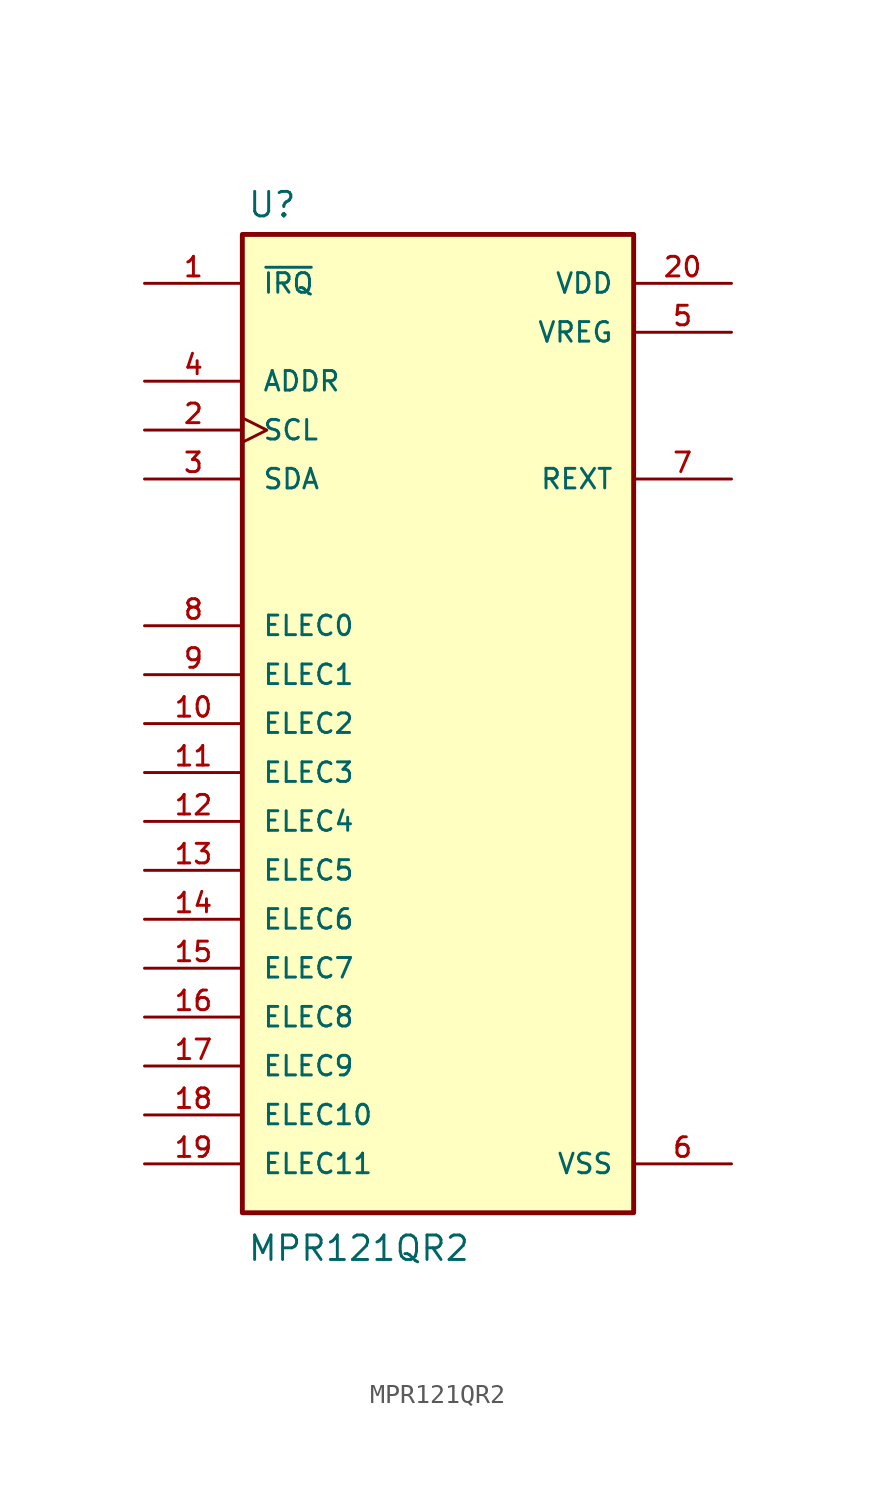
<source format=kicad_sym>
(kicad_symbol_lib
  (version 20220914)
  (generator kicad_symbol_editor)
  (symbol "MPR121QR2"
    (pin_names
      (offset 1.016))
    (property "Reference" "U"
      (at -9.921 26.201 0)
      (effects (font (size 1.27 1.27)) (justify left bottom)))
    (property "Value" "MPR121QR2"
      (at -9.924 -27.989 0)
      (effects (font (size 1.27 1.27)) (justify left bottom)))
    (symbol "MPR121QR2_0_0"
      (rectangle (start -10.16 25.4) (end 10.16 -25.4) (stroke (width 0.254) (type default)) (fill (type background)))
      (pin input line (at -15.24 22.86 0) (length 5.08) (name "~{IRQ}" (effects (font (size 1.016 1.016)))) (number "1" (effects (font (size 1.016 1.016)))))
      (pin input line (at -15.24 0 0) (length 5.08) (name "ELEC2" (effects (font (size 1.016 1.016)))) (number "10" (effects (font (size 1.016 1.016)))))
      (pin input line (at -15.24 -2.54 0) (length 5.08) (name "ELEC3" (effects (font (size 1.016 1.016)))) (number "11" (effects (font (size 1.016 1.016)))))
      (pin input line (at -15.24 -5.08 0) (length 5.08) (name "ELEC4" (effects (font (size 1.016 1.016)))) (number "12" (effects (font (size 1.016 1.016)))))
      (pin input line (at -15.24 -7.62 0) (length 5.08) (name "ELEC5" (effects (font (size 1.016 1.016)))) (number "13" (effects (font (size 1.016 1.016)))))
      (pin input line (at -15.24 -10.16 0) (length 5.08) (name "ELEC6" (effects (font (size 1.016 1.016)))) (number "14" (effects (font (size 1.016 1.016)))))
      (pin input line (at -15.24 -12.7 0) (length 5.08) (name "ELEC7" (effects (font (size 1.016 1.016)))) (number "15" (effects (font (size 1.016 1.016)))))
      (pin input line (at -15.24 -15.24 0) (length 5.08) (name "ELEC8" (effects (font (size 1.016 1.016)))) (number "16" (effects (font (size 1.016 1.016)))))
      (pin input line (at -15.24 -17.78 0) (length 5.08) (name "ELEC9" (effects (font (size 1.016 1.016)))) (number "17" (effects (font (size 1.016 1.016)))))
      (pin input line (at -15.24 -20.32 0) (length 5.08) (name "ELEC10" (effects (font (size 1.016 1.016)))) (number "18" (effects (font (size 1.016 1.016)))))
      (pin input line (at -15.24 -22.86 0) (length 5.08) (name "ELEC11" (effects (font (size 1.016 1.016)))) (number "19" (effects (font (size 1.016 1.016)))))
      (pin input clock (at -15.24 15.24 0) (length 5.08) (name "SCL" (effects (font (size 1.016 1.016)))) (number "2" (effects (font (size 1.016 1.016)))))
      (pin power_in line (at 15.24 22.86 180) (length 5.08) (name "VDD" (effects (font (size 1.016 1.016)))) (number "20" (effects (font (size 1.016 1.016)))))
      (pin bidirectional line (at -15.24 12.7 0) (length 5.08) (name "SDA" (effects (font (size 1.016 1.016)))) (number "3" (effects (font (size 1.016 1.016)))))
      (pin input line (at -15.24 17.78 0) (length 5.08) (name "ADDR" (effects (font (size 1.016 1.016)))) (number "4" (effects (font (size 1.016 1.016)))))
      (pin power_in line (at 15.24 20.32 180) (length 5.08) (name "VREG" (effects (font (size 1.016 1.016)))) (number "5" (effects (font (size 1.016 1.016)))))
      (pin power_in line (at 15.24 -22.86 180) (length 5.08) (name "VSS" (effects (font (size 1.016 1.016)))) (number "6" (effects (font (size 1.016 1.016)))))
      (pin passive line (at 15.24 12.7 180) (length 5.08) (name "REXT" (effects (font (size 1.016 1.016)))) (number "7" (effects (font (size 1.016 1.016)))))
      (pin input line (at -15.24 5.08 0) (length 5.08) (name "ELEC0" (effects (font (size 1.016 1.016)))) (number "8" (effects (font (size 1.016 1.016)))))
      (pin input line (at -15.24 2.54 0) (length 5.08) (name "ELEC1" (effects (font (size 1.016 1.016)))) (number "9" (effects (font (size 1.016 1.016))))))))
</source>
